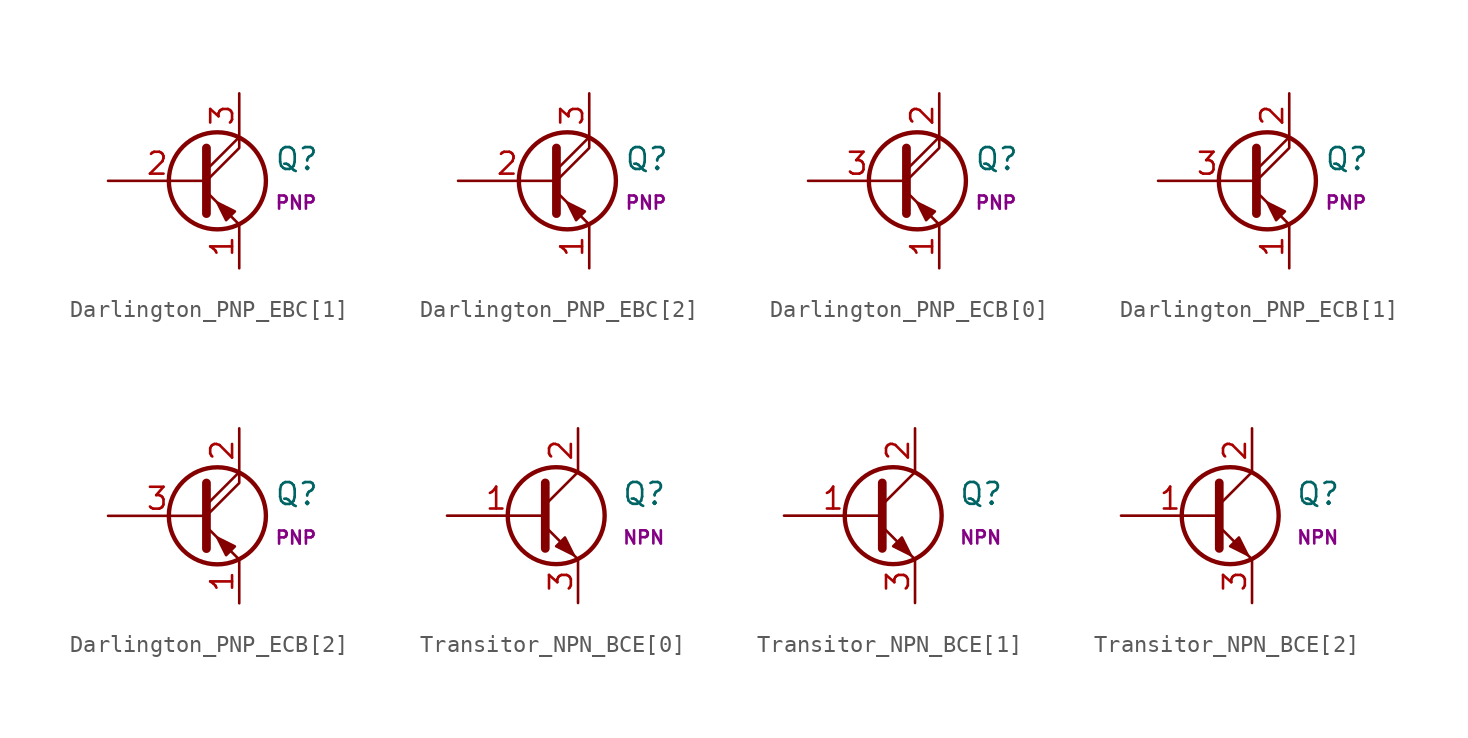
<source format=kicad_sym>
(kicad_symbol_lib
  (version 20211014)
  (generator kicad_symbol_editor)
  (symbol "Darlington_PNP_EBC[1]"
    (pin_names
      (offset 0) hide)
    (property "Reference" "Q"
      (at 4.572 1.27 0)
      (effects (font (size 1.27 1.27)) (justify left)))
    (property "Name" "PNP"
      (at 4.572 -1.27 0)
      (effects (font (size 0.762 0.762)) (justify left)))
    (symbol "Darlington_PNP_EBC[1]_0_1"
      (polyline (pts (xy 0.635 0.635) (xy 2.54 2.54)) (stroke (width 0) (type default) (color 0 0 0 0)) (fill (type none)))
      (polyline (pts (xy 0.635 -0.635) (xy 2.54 -2.54) (xy 2.54 -2.54)) (stroke (width 0) (type default) (color 0 0 0 0)) (fill (type none)))
      (polyline (pts (xy 0.635 0) (xy 2.54 1.905) (xy 2.54 2.54)) (stroke (width 0) (type default) (color 0 0 0 0)) (fill (type none)))
      (polyline (pts (xy 0.635 1.905) (xy 0.635 -1.905) (xy 0.635 -1.905)) (stroke (width 0.508) (type default) (color 0 0 0 0)) (fill (type none)))
      (polyline (pts (xy 2.286 -1.778) (xy 1.778 -2.286) (xy 1.27 -1.27) (xy 2.286 -1.778) (xy 2.286 -1.778)) (stroke (width 0) (type default) (color 0 0 0 0)) (fill (type outline)))
      (circle (center 1.27 0) (radius 2.819) (stroke (width 0.254) (type default) (color 0 0 0 0)) (fill (type none))))
    (symbol "Darlington_PNP_EBC[1]_1_1"
      (pin passive line (at 2.54 -5.08 90) (length 2.54) (name "E" (effects (font (size 1.27 1.27)))) (number "1" (effects (font (size 1.27 1.27)))))
      (pin input line (at -5.08 0 0) (length 5.715) (name "B" (effects (font (size 1.27 1.27)))) (number "2" (effects (font (size 1.27 1.27)))))
      (pin passive line (at 2.54 5.08 270) (length 2.54) (name "C" (effects (font (size 1.27 1.27)))) (number "3" (effects (font (size 1.27 1.27)))))))
  (symbol "Darlington_PNP_EBC[2]"
    (pin_names
      (offset 0) hide)
    (property "Reference" "Q"
      (at 4.572 1.27 0)
      (effects (font (size 1.27 1.27)) (justify left)))
    (property "Name" "PNP"
      (at 4.572 -1.27 0)
      (effects (font (size 0.762 0.762)) (justify left)))
    (symbol "Darlington_PNP_EBC[2]_0_1"
      (polyline (pts (xy 0.635 0.635) (xy 2.54 2.54)) (stroke (width 0) (type default) (color 0 0 0 0)) (fill (type none)))
      (polyline (pts (xy 0.635 -0.635) (xy 2.54 -2.54) (xy 2.54 -2.54)) (stroke (width 0) (type default) (color 0 0 0 0)) (fill (type none)))
      (polyline (pts (xy 0.635 0) (xy 2.54 1.905) (xy 2.54 2.54)) (stroke (width 0) (type default) (color 0 0 0 0)) (fill (type none)))
      (polyline (pts (xy 0.635 1.905) (xy 0.635 -1.905) (xy 0.635 -1.905)) (stroke (width 0.508) (type default) (color 0 0 0 0)) (fill (type none)))
      (polyline (pts (xy 2.286 -1.778) (xy 1.778 -2.286) (xy 1.27 -1.27) (xy 2.286 -1.778) (xy 2.286 -1.778)) (stroke (width 0) (type default) (color 0 0 0 0)) (fill (type outline)))
      (circle (center 1.27 0) (radius 2.819) (stroke (width 0.254) (type default) (color 0 0 0 0)) (fill (type none))))
    (symbol "Darlington_PNP_EBC[2]_1_1"
      (pin passive line (at 2.54 -5.08 90) (length 2.54) (name "E" (effects (font (size 1.27 1.27)))) (number "1" (effects (font (size 1.27 1.27)))))
      (pin input line (at -5.08 0 0) (length 5.715) (name "B" (effects (font (size 1.27 1.27)))) (number "2" (effects (font (size 1.27 1.27)))))
      (pin passive line (at 2.54 5.08 270) (length 2.54) (name "C" (effects (font (size 1.27 1.27)))) (number "3" (effects (font (size 1.27 1.27)))))))
  (symbol "Darlington_PNP_ECB[0]"
    (pin_names
      (offset 0) hide)
    (property "Reference" "Q"
      (at 4.572 1.27 0)
      (effects (font (size 1.27 1.27)) (justify left)))
    (property "Name" "PNP"
      (at 4.572 -1.27 0)
      (effects (font (size 0.762 0.762)) (justify left)))
    (symbol "Darlington_PNP_ECB[0]_0_1"
      (polyline (pts (xy 0.635 0.635) (xy 2.54 2.54)) (stroke (width 0) (type default) (color 0 0 0 0)) (fill (type none)))
      (polyline (pts (xy 0.635 -0.635) (xy 2.54 -2.54) (xy 2.54 -2.54)) (stroke (width 0) (type default) (color 0 0 0 0)) (fill (type none)))
      (polyline (pts (xy 0.635 0) (xy 2.54 1.905) (xy 2.54 2.54)) (stroke (width 0) (type default) (color 0 0 0 0)) (fill (type none)))
      (polyline (pts (xy 0.635 1.905) (xy 0.635 -1.905) (xy 0.635 -1.905)) (stroke (width 0.508) (type default) (color 0 0 0 0)) (fill (type none)))
      (polyline (pts (xy 2.286 -1.778) (xy 1.778 -2.286) (xy 1.27 -1.27) (xy 2.286 -1.778) (xy 2.286 -1.778)) (stroke (width 0) (type default) (color 0 0 0 0)) (fill (type outline)))
      (circle (center 1.27 0) (radius 2.819) (stroke (width 0.254) (type default) (color 0 0 0 0)) (fill (type none))))
    (symbol "Darlington_PNP_ECB[0]_1_1"
      (pin passive line (at 2.54 -5.08 90) (length 2.54) (name "E" (effects (font (size 1.27 1.27)))) (number "1" (effects (font (size 1.27 1.27)))))
      (pin passive line (at 2.54 5.08 270) (length 2.54) (name "C" (effects (font (size 1.27 1.27)))) (number "2" (effects (font (size 1.27 1.27)))))
      (pin input line (at -5.08 0 0) (length 5.715) (name "B" (effects (font (size 1.27 1.27)))) (number "3" (effects (font (size 1.27 1.27)))))))
  (symbol "Darlington_PNP_ECB[1]"
    (pin_names
      (offset 0) hide)
    (property "Reference" "Q"
      (at 4.572 1.27 0)
      (effects (font (size 1.27 1.27)) (justify left)))
    (property "Name" "PNP"
      (at 4.572 -1.27 0)
      (effects (font (size 0.762 0.762)) (justify left)))
    (symbol "Darlington_PNP_ECB[1]_0_1"
      (polyline (pts (xy 0.635 0.635) (xy 2.54 2.54)) (stroke (width 0) (type default) (color 0 0 0 0)) (fill (type none)))
      (polyline (pts (xy 0.635 -0.635) (xy 2.54 -2.54) (xy 2.54 -2.54)) (stroke (width 0) (type default) (color 0 0 0 0)) (fill (type none)))
      (polyline (pts (xy 0.635 0) (xy 2.54 1.905) (xy 2.54 2.54)) (stroke (width 0) (type default) (color 0 0 0 0)) (fill (type none)))
      (polyline (pts (xy 0.635 1.905) (xy 0.635 -1.905) (xy 0.635 -1.905)) (stroke (width 0.508) (type default) (color 0 0 0 0)) (fill (type none)))
      (polyline (pts (xy 2.286 -1.778) (xy 1.778 -2.286) (xy 1.27 -1.27) (xy 2.286 -1.778) (xy 2.286 -1.778)) (stroke (width 0) (type default) (color 0 0 0 0)) (fill (type outline)))
      (circle (center 1.27 0) (radius 2.819) (stroke (width 0.254) (type default) (color 0 0 0 0)) (fill (type none))))
    (symbol "Darlington_PNP_ECB[1]_1_1"
      (pin passive line (at 2.54 -5.08 90) (length 2.54) (name "E" (effects (font (size 1.27 1.27)))) (number "1" (effects (font (size 1.27 1.27)))))
      (pin passive line (at 2.54 5.08 270) (length 2.54) (name "C" (effects (font (size 1.27 1.27)))) (number "2" (effects (font (size 1.27 1.27)))))
      (pin input line (at -5.08 0 0) (length 5.715) (name "B" (effects (font (size 1.27 1.27)))) (number "3" (effects (font (size 1.27 1.27)))))))
  (symbol "Darlington_PNP_ECB[2]"
    (pin_names
      (offset 0) hide)
    (property "Reference" "Q"
      (at 4.572 1.27 0)
      (effects (font (size 1.27 1.27)) (justify left)))
    (property "Name" "PNP"
      (at 4.572 -1.27 0)
      (effects (font (size 0.762 0.762)) (justify left)))
    (symbol "Darlington_PNP_ECB[2]_0_1"
      (polyline (pts (xy 0.635 0.635) (xy 2.54 2.54)) (stroke (width 0) (type default) (color 0 0 0 0)) (fill (type none)))
      (polyline (pts (xy 0.635 -0.635) (xy 2.54 -2.54) (xy 2.54 -2.54)) (stroke (width 0) (type default) (color 0 0 0 0)) (fill (type none)))
      (polyline (pts (xy 0.635 0) (xy 2.54 1.905) (xy 2.54 2.54)) (stroke (width 0) (type default) (color 0 0 0 0)) (fill (type none)))
      (polyline (pts (xy 0.635 1.905) (xy 0.635 -1.905) (xy 0.635 -1.905)) (stroke (width 0.508) (type default) (color 0 0 0 0)) (fill (type none)))
      (polyline (pts (xy 2.286 -1.778) (xy 1.778 -2.286) (xy 1.27 -1.27) (xy 2.286 -1.778) (xy 2.286 -1.778)) (stroke (width 0) (type default) (color 0 0 0 0)) (fill (type outline)))
      (circle (center 1.27 0) (radius 2.819) (stroke (width 0.254) (type default) (color 0 0 0 0)) (fill (type none))))
    (symbol "Darlington_PNP_ECB[2]_1_1"
      (pin passive line (at 2.54 -5.08 90) (length 2.54) (name "E" (effects (font (size 1.27 1.27)))) (number "1" (effects (font (size 1.27 1.27)))))
      (pin passive line (at 2.54 5.08 270) (length 2.54) (name "C" (effects (font (size 1.27 1.27)))) (number "2" (effects (font (size 1.27 1.27)))))
      (pin input line (at -5.08 0 0) (length 5.715) (name "B" (effects (font (size 1.27 1.27)))) (number "3" (effects (font (size 1.27 1.27)))))))
  (symbol "Transitor_NPN_BCE[0]"
    (pin_names
      (offset 0) hide)
    (property "Reference" "Q"
      (at 5.08 1.27 0)
      (effects (font (size 1.27 1.27)) (justify left)))
    (property "Name" "NPN"
      (at 5.08 -1.27 0)
      (effects (font (size 0.762 0.762)) (justify left)))
    (symbol "Transitor_NPN_BCE[0]_0_1"
      (polyline (pts (xy 0.635 0.635) (xy 2.54 2.54)) (stroke (width 0) (type default) (color 0 0 0 0)) (fill (type none)))
      (polyline (pts (xy 0.635 -0.635) (xy 2.54 -2.54) (xy 2.54 -2.54)) (stroke (width 0) (type default) (color 0 0 0 0)) (fill (type none)))
      (polyline (pts (xy 0.635 1.905) (xy 0.635 -1.905) (xy 0.635 -1.905)) (stroke (width 0.508) (type default) (color 0 0 0 0)) (fill (type none)))
      (polyline (pts (xy 1.27 -1.778) (xy 1.778 -1.27) (xy 2.286 -2.286) (xy 1.27 -1.778) (xy 1.27 -1.778)) (stroke (width 0) (type default) (color 0 0 0 0)) (fill (type outline)))
      (circle (center 1.27 0) (radius 2.819) (stroke (width 0.254) (type default) (color 0 0 0 0)) (fill (type none))))
    (symbol "Transitor_NPN_BCE[0]_1_1"
      (pin input line (at -5.08 0 0) (length 5.715) (name "B" (effects (font (size 1.27 1.27)))) (number "1" (effects (font (size 1.27 1.27)))))
      (pin passive line (at 2.54 5.08 270) (length 2.54) (name "C" (effects (font (size 1.27 1.27)))) (number "2" (effects (font (size 1.27 1.27)))))
      (pin passive line (at 2.54 -5.08 90) (length 2.54) (name "E" (effects (font (size 1.27 1.27)))) (number "3" (effects (font (size 1.27 1.27)))))))
  (symbol "Transitor_NPN_BCE[1]"
    (pin_names
      (offset 0) hide)
    (property "Reference" "Q"
      (at 5.08 1.27 0)
      (effects (font (size 1.27 1.27)) (justify left)))
    (property "Name" "NPN"
      (at 5.08 -1.27 0)
      (effects (font (size 0.762 0.762)) (justify left)))
    (symbol "Transitor_NPN_BCE[1]_0_1"
      (polyline (pts (xy 0.635 0.635) (xy 2.54 2.54)) (stroke (width 0) (type default) (color 0 0 0 0)) (fill (type none)))
      (polyline (pts (xy 0.635 -0.635) (xy 2.54 -2.54) (xy 2.54 -2.54)) (stroke (width 0) (type default) (color 0 0 0 0)) (fill (type none)))
      (polyline (pts (xy 0.635 1.905) (xy 0.635 -1.905) (xy 0.635 -1.905)) (stroke (width 0.508) (type default) (color 0 0 0 0)) (fill (type none)))
      (polyline (pts (xy 1.27 -1.778) (xy 1.778 -1.27) (xy 2.286 -2.286) (xy 1.27 -1.778) (xy 1.27 -1.778)) (stroke (width 0) (type default) (color 0 0 0 0)) (fill (type outline)))
      (circle (center 1.27 0) (radius 2.819) (stroke (width 0.254) (type default) (color 0 0 0 0)) (fill (type none))))
    (symbol "Transitor_NPN_BCE[1]_1_1"
      (pin input line (at -5.08 0 0) (length 5.715) (name "B" (effects (font (size 1.27 1.27)))) (number "1" (effects (font (size 1.27 1.27)))))
      (pin passive line (at 2.54 5.08 270) (length 2.54) (name "C" (effects (font (size 1.27 1.27)))) (number "2" (effects (font (size 1.27 1.27)))))
      (pin passive line (at 2.54 -5.08 90) (length 2.54) (name "E" (effects (font (size 1.27 1.27)))) (number "3" (effects (font (size 1.27 1.27)))))))
  (symbol "Transitor_NPN_BCE[2]"
    (pin_names
      (offset 0) hide)
    (property "Reference" "Q"
      (at 5.08 1.27 0)
      (effects (font (size 1.27 1.27)) (justify left)))
    (property "Name" "NPN"
      (at 5.08 -1.27 0)
      (effects (font (size 0.762 0.762)) (justify left)))
    (symbol "Transitor_NPN_BCE[2]_0_1"
      (polyline (pts (xy 0.635 0.635) (xy 2.54 2.54)) (stroke (width 0) (type default) (color 0 0 0 0)) (fill (type none)))
      (polyline (pts (xy 0.635 -0.635) (xy 2.54 -2.54) (xy 2.54 -2.54)) (stroke (width 0) (type default) (color 0 0 0 0)) (fill (type none)))
      (polyline (pts (xy 0.635 1.905) (xy 0.635 -1.905) (xy 0.635 -1.905)) (stroke (width 0.508) (type default) (color 0 0 0 0)) (fill (type none)))
      (polyline (pts (xy 1.27 -1.778) (xy 1.778 -1.27) (xy 2.286 -2.286) (xy 1.27 -1.778) (xy 1.27 -1.778)) (stroke (width 0) (type default) (color 0 0 0 0)) (fill (type outline)))
      (circle (center 1.27 0) (radius 2.819) (stroke (width 0.254) (type default) (color 0 0 0 0)) (fill (type none))))
    (symbol "Transitor_NPN_BCE[2]_1_1"
      (pin input line (at -5.08 0 0) (length 5.715) (name "B" (effects (font (size 1.27 1.27)))) (number "1" (effects (font (size 1.27 1.27)))))
      (pin passive line (at 2.54 5.08 270) (length 2.54) (name "C" (effects (font (size 1.27 1.27)))) (number "2" (effects (font (size 1.27 1.27)))))
      (pin passive line (at 2.54 -5.08 90) (length 2.54) (name "E" (effects (font (size 1.27 1.27)))) (number "3" (effects (font (size 1.27 1.27))))))))
</source>
